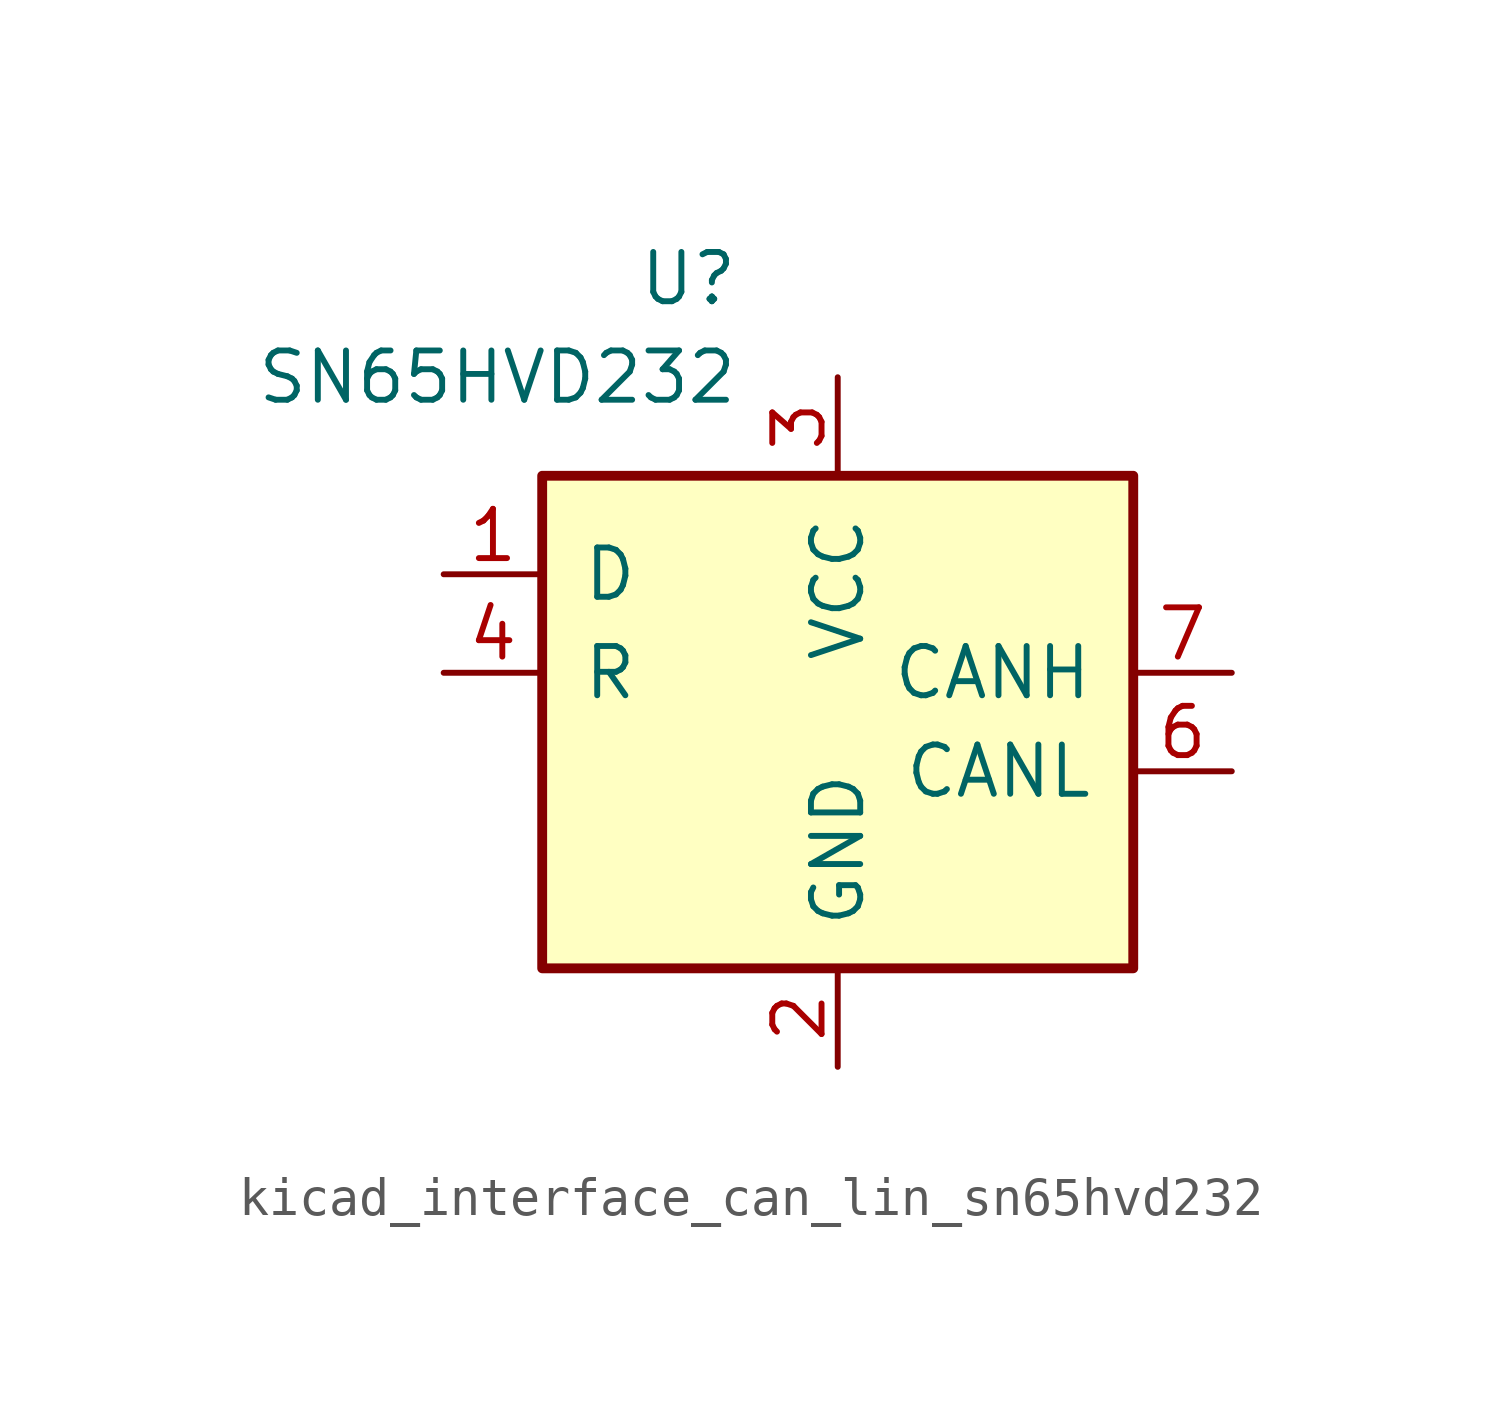
<source format=kicad_sym>
(kicad_symbol_lib
  (version 20220914)
  (generator kicad_symbol_editor)
  (symbol "kicad_interface_can_lin_sn65hvd232"
    (pin_names
      (offset 1.016))
    (property "Reference" "U"
      (at -2.54 10.16 0)
      (effects (font (size 1.27 1.27)) (justify right)))
    (property "Value" "SN65HVD232"
      (at -2.54 7.62 0)
      (effects (font (size 1.27 1.27)) (justify right)))
    (symbol "kicad_interface_can_lin_sn65hvd232_0_1"
      (rectangle (start -7.62 5.08) (end 7.62 -7.62) (stroke (width 0.254) (type default)) (fill (type background))))
    (symbol "kicad_interface_can_lin_sn65hvd232_1_1"
      (pin input line (at -10.16 2.54 0) (length 2.54) (name "D" (effects (font (size 1.27 1.27)))) (number "1" (effects (font (size 1.27 1.27)))))
      (pin power_in line (at 0 -10.16 90) (length 2.54) (name "GND" (effects (font (size 1.27 1.27)))) (number "2" (effects (font (size 1.27 1.27)))))
      (pin power_in line (at 0 7.62 270) (length 2.54) (name "VCC" (effects (font (size 1.27 1.27)))) (number "3" (effects (font (size 1.27 1.27)))))
      (pin output line (at -10.16 0 0) (length 2.54) (name "R" (effects (font (size 1.27 1.27)))) (number "4" (effects (font (size 1.27 1.27)))))
      (pin no_connect line (at -7.62 -2.54 0) (length 2.54) hide (name "NC" (effects (font (size 1.27 1.27)))) (number "5" (effects (font (size 1.27 1.27)))))
      (pin bidirectional line (at 10.16 -2.54 180) (length 2.54) (name "CANL" (effects (font (size 1.27 1.27)))) (number "6" (effects (font (size 1.27 1.27)))))
      (pin bidirectional line (at 10.16 0 180) (length 2.54) (name "CANH" (effects (font (size 1.27 1.27)))) (number "7" (effects (font (size 1.27 1.27)))))
      (pin no_connect line (at -7.62 -5.08 0) (length 2.54) hide (name "NC" (effects (font (size 1.27 1.27)))) (number "8" (effects (font (size 1.27 1.27))))))))
</source>
